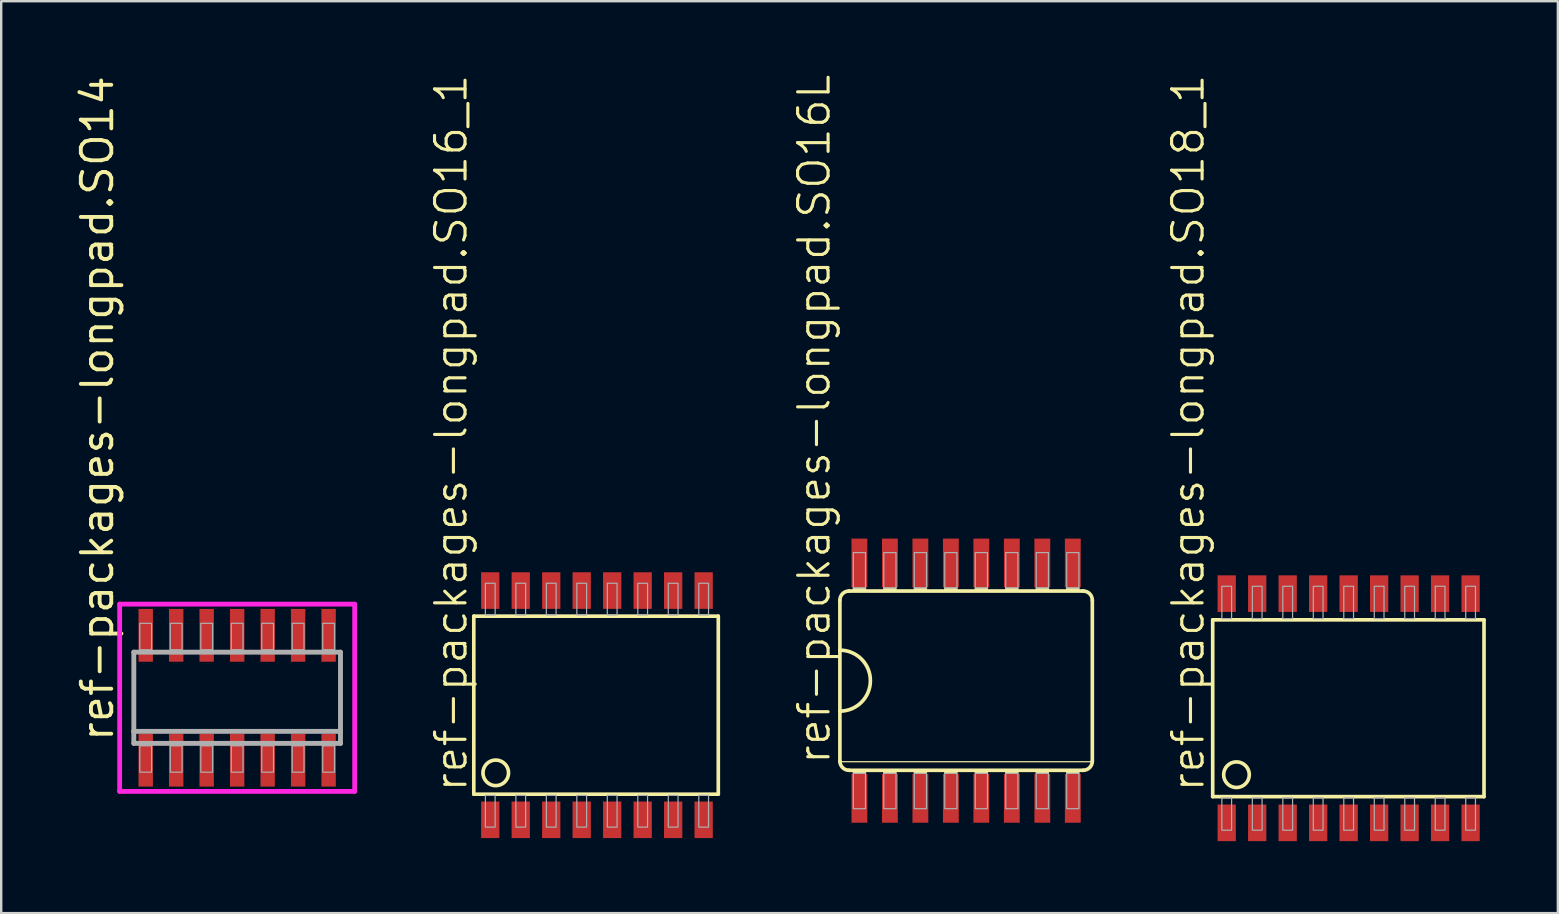
<source format=kicad_pcb>
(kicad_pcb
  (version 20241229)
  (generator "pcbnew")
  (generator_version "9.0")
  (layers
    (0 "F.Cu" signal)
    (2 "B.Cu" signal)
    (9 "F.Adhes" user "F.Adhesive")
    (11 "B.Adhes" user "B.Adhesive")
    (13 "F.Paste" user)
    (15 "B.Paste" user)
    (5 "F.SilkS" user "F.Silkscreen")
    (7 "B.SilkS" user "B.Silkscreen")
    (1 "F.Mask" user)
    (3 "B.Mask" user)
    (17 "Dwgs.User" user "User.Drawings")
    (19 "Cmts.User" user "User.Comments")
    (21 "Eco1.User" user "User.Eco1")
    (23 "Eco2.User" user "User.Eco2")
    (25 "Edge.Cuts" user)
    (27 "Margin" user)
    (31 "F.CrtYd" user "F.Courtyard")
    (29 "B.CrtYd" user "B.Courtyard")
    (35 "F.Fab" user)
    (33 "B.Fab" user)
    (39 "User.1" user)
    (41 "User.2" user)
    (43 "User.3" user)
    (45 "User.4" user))
  (footprint "ref-packages-longpad.SO16L"
    (layer "F.Cu")
    (at 37.198 25.306)
    (property "Reference" "ref-packages-longpad.SO16L" (at -5.588 3.556 90) (layer "F.SilkS") (effects (font (size 1.27 1.27) (thickness 0.13)) (justify left bottom)))
    (attr smd)
    (fp_line (start -5.258 -3.353) (end -5.258 -1.27) (stroke (width 0.152) (type default)) (layer "F.SilkS"))
    (fp_line (start -5.258 -1.27) (end -5.258 1.27) (stroke (width 0.152) (type default)) (layer "F.SilkS"))
    (fp_line (start -5.258 1.27) (end -5.258 3.353) (stroke (width 0.152) (type default)) (layer "F.SilkS"))
    (fp_line (start -5.207 3.378) (end 5.232 3.378) (stroke (width 0.051) (type default)) (layer "F.SilkS"))
    (fp_line (start -4.877 3.734) (end 4.877 3.734) (stroke (width 0.152) (type default)) (layer "F.SilkS"))
    (fp_line (start 4.877 -3.734) (end -4.877 -3.734) (stroke (width 0.152) (type default)) (layer "F.SilkS"))
    (fp_line (start 5.258 3.353) (end 5.258 -3.353) (stroke (width 0.152) (type default)) (layer "F.SilkS"))
    (fp_rect (start -4.699 -3.734) (end -4.191 -3.861) (stroke (width 0.05) (type default)) (fill yes) (layer "F.SilkS"))
    (fp_rect (start -4.699 3.861) (end -4.191 3.734) (stroke (width 0.05) (type default)) (fill yes) (layer "F.SilkS"))
    (fp_rect (start -3.429 -3.734) (end -2.921 -3.861) (stroke (width 0.05) (type default)) (fill yes) (layer "F.SilkS"))
    (fp_rect (start -3.429 3.861) (end -2.921 3.734) (stroke (width 0.05) (type default)) (fill yes) (layer "F.SilkS"))
    (fp_rect (start -2.159 -3.734) (end -1.651 -3.861) (stroke (width 0.05) (type default)) (fill yes) (layer "F.SilkS"))
    (fp_rect (start -2.159 3.861) (end -1.651 3.734) (stroke (width 0.05) (type default)) (fill yes) (layer "F.SilkS"))
    (fp_rect (start -0.889 -3.734) (end -0.381 -3.861) (stroke (width 0.05) (type default)) (fill yes) (layer "F.SilkS"))
    (fp_rect (start -0.889 3.861) (end -0.381 3.734) (stroke (width 0.05) (type default)) (fill yes) (layer "F.SilkS"))
    (fp_rect (start 0.381 -3.734) (end 0.889 -3.861) (stroke (width 0.05) (type default)) (fill yes) (layer "F.SilkS"))
    (fp_rect (start 0.381 3.861) (end 0.889 3.734) (stroke (width 0.05) (type default)) (fill yes) (layer "F.SilkS"))
    (fp_rect (start 1.651 -3.734) (end 2.159 -3.861) (stroke (width 0.05) (type default)) (fill yes) (layer "F.SilkS"))
    (fp_rect (start 1.651 3.861) (end 2.159 3.734) (stroke (width 0.05) (type default)) (fill yes) (layer "F.SilkS"))
    (fp_rect (start 2.921 -3.734) (end 3.429 -3.861) (stroke (width 0.05) (type default)) (fill yes) (layer "F.SilkS"))
    (fp_rect (start 2.921 3.861) (end 3.429 3.734) (stroke (width 0.05) (type default)) (fill yes) (layer "F.SilkS"))
    (fp_rect (start 4.191 -3.734) (end 4.699 -3.861) (stroke (width 0.05) (type default)) (fill yes) (layer "F.SilkS"))
    (fp_rect (start 4.191 3.861) (end 4.699 3.734) (stroke (width 0.05) (type default)) (fill yes) (layer "F.SilkS"))
    (fp_arc (start -5.2578 -3.3528) (mid -5.146208 -3.622208) (end -4.8768 -3.7338) (stroke (width 0.1524) (type default)) (layer "F.SilkS"))
    (fp_arc (start -5.2578 -1.27) (mid -3.9878 0) (end -5.2578 1.27) (stroke (width 0.1524) (type default)) (layer "F.SilkS"))
    (fp_arc (start -4.8768 3.7338) (mid -5.146208 3.622208) (end -5.2578 3.3528) (stroke (width 0.1524) (type default)) (layer "F.SilkS"))
    (fp_arc (start 4.8768 -3.7338) (mid 5.146208 -3.622208) (end 5.2578 -3.3528) (stroke (width 0.1524) (type default)) (layer "F.SilkS"))
    (fp_arc (start 5.2578 3.3528) (mid 5.146208 3.622208) (end 4.8768 3.7338) (stroke (width 0.1524) (type default)) (layer "F.SilkS"))
    (fp_rect (start -4.699 -3.861) (end -4.191 -5.334) (stroke (width 0.05) (type default)) (fill no) (layer "F.Fab"))
    (fp_rect (start -4.699 5.334) (end -4.191 3.861) (stroke (width 0.05) (type default)) (fill no) (layer "F.Fab"))
    (fp_rect (start -3.429 -3.861) (end -2.921 -5.334) (stroke (width 0.05) (type default)) (fill no) (layer "F.Fab"))
    (fp_rect (start -3.429 5.334) (end -2.921 3.861) (stroke (width 0.05) (type default)) (fill no) (layer "F.Fab"))
    (fp_rect (start -2.159 -3.861) (end -1.651 -5.334) (stroke (width 0.05) (type default)) (fill no) (layer "F.Fab"))
    (fp_rect (start -2.159 5.334) (end -1.651 3.861) (stroke (width 0.05) (type default)) (fill no) (layer "F.Fab"))
    (fp_rect (start -0.889 -3.861) (end -0.381 -5.334) (stroke (width 0.05) (type default)) (fill no) (layer "F.Fab"))
    (fp_rect (start -0.889 5.334) (end -0.381 3.861) (stroke (width 0.05) (type default)) (fill no) (layer "F.Fab"))
    (fp_rect (start 0.381 -3.861) (end 0.889 -5.334) (stroke (width 0.05) (type default)) (fill no) (layer "F.Fab"))
    (fp_rect (start 0.381 5.334) (end 0.889 3.861) (stroke (width 0.05) (type default)) (fill no) (layer "F.Fab"))
    (fp_rect (start 1.651 -3.861) (end 2.159 -5.334) (stroke (width 0.05) (type default)) (fill no) (layer "F.Fab"))
    (fp_rect (start 1.651 5.334) (end 2.159 3.861) (stroke (width 0.05) (type default)) (fill no) (layer "F.Fab"))
    (fp_rect (start 2.921 -3.861) (end 3.429 -5.334) (stroke (width 0.05) (type default)) (fill no) (layer "F.Fab"))
    (fp_rect (start 2.921 5.334) (end 3.429 3.861) (stroke (width 0.05) (type default)) (fill no) (layer "F.Fab"))
    (fp_rect (start 4.191 -3.861) (end 4.699 -5.334) (stroke (width 0.05) (type default)) (fill no) (layer "F.Fab"))
    (fp_rect (start 4.191 5.334) (end 4.699 3.861) (stroke (width 0.05) (type default)) (fill no) (layer "F.Fab"))
    (pad "1" smd roundrect (at -4.445 4.902) (size 0.66 2.032) (layers "F.Cu" "F.Mask" "F.Paste") (roundrect_rratio 0.01))
    (pad "2" smd roundrect (at -3.175 4.902) (size 0.66 2.032) (layers "F.Cu" "F.Mask" "F.Paste") (roundrect_rratio 0.01))
    (pad "3" smd roundrect (at -1.905 4.902) (size 0.66 2.032) (layers "F.Cu" "F.Mask" "F.Paste") (roundrect_rratio 0.01))
    (pad "4" smd roundrect (at -0.635 4.902) (size 0.66 2.032) (layers "F.Cu" "F.Mask" "F.Paste") (roundrect_rratio 0.01))
    (pad "5" smd roundrect (at 0.635 4.902) (size 0.66 2.032) (layers "F.Cu" "F.Mask" "F.Paste") (roundrect_rratio 0.01))
    (pad "6" smd roundrect (at 1.905 4.902) (size 0.66 2.032) (layers "F.Cu" "F.Mask" "F.Paste") (roundrect_rratio 0.01))
    (pad "7" smd roundrect (at 3.175 4.902) (size 0.66 2.032) (layers "F.Cu" "F.Mask" "F.Paste") (roundrect_rratio 0.01))
    (pad "8" smd roundrect (at 4.445 4.902) (size 0.66 2.032) (layers "F.Cu" "F.Mask" "F.Paste") (roundrect_rratio 0.01))
    (pad "9" smd roundrect (at 4.445 -4.902) (size 0.66 2.032) (layers "F.Cu" "F.Mask" "F.Paste") (roundrect_rratio 0.01))
    (pad "10" smd roundrect (at 3.175 -4.902) (size 0.66 2.032) (layers "F.Cu" "F.Mask" "F.Paste") (roundrect_rratio 0.01))
    (pad "11" smd roundrect (at 1.905 -4.902) (size 0.66 2.032) (layers "F.Cu" "F.Mask" "F.Paste") (roundrect_rratio 0.01))
    (pad "12" smd roundrect (at 0.635 -4.902) (size 0.66 2.032) (layers "F.Cu" "F.Mask" "F.Paste") (roundrect_rratio 0.01))
    (pad "13" smd roundrect (at -0.635 -4.902) (size 0.66 2.032) (layers "F.Cu" "F.Mask" "F.Paste") (roundrect_rratio 0.01))
    (pad "14" smd roundrect (at -1.905 -4.902) (size 0.66 2.032) (layers "F.Cu" "F.Mask" "F.Paste") (roundrect_rratio 0.01))
    (pad "15" smd roundrect (at -3.175 -4.902) (size 0.66 2.032) (layers "F.Cu" "F.Mask" "F.Paste") (roundrect_rratio 0.01))
    (pad "16" smd roundrect (at -4.445 -4.902) (size 0.66 2.032) (layers "F.Cu" "F.Mask" "F.Paste") (roundrect_rratio 0.01)))
  (footprint "ref-packages-longpad.SO14"
    (layer "F.Cu")
    (at 6.83 26.019)
    (property "Reference" "ref-packages-longpad.SO14" (at -5.08 1.905 90) (layer "F.SilkS") (effects (font (size 1.27 1.27) (thickness 0.16)) (justify left bottom)))
    (attr smd)
    (fp_line (start -4.895 -3.9) (end 4.895 -3.9) (stroke (width 0.2) (type default)) (layer "F.CrtYd"))
    (fp_line (start -4.895 3.9) (end -4.895 -3.9) (stroke (width 0.2) (type default)) (layer "F.CrtYd"))
    (fp_line (start 4.895 -3.9) (end 4.895 3.9) (stroke (width 0.2) (type default)) (layer "F.CrtYd"))
    (fp_line (start 4.895 3.9) (end -4.895 3.9) (stroke (width 0.2) (type default)) (layer "F.CrtYd"))
    (fp_line (start -4.305 -1.9) (end 4.305 -1.9) (stroke (width 0.203) (type default)) (layer "F.Fab"))
    (fp_line (start -4.305 1.4) (end -4.305 -1.9) (stroke (width 0.203) (type default)) (layer "F.Fab"))
    (fp_line (start -4.305 1.9) (end -4.305 1.4) (stroke (width 0.203) (type default)) (layer "F.Fab"))
    (fp_line (start 4.305 -1.9) (end 4.305 1.4) (stroke (width 0.203) (type default)) (layer "F.Fab"))
    (fp_line (start 4.305 1.4) (end -4.305 1.4) (stroke (width 0.203) (type default)) (layer "F.Fab"))
    (fp_line (start 4.305 1.4) (end 4.305 1.9) (stroke (width 0.203) (type default)) (layer "F.Fab"))
    (fp_line (start 4.305 1.9) (end -4.305 1.9) (stroke (width 0.203) (type default)) (layer "F.Fab"))
    (fp_rect (start -4.055 -2) (end -3.565 -3.1) (stroke (width 0.05) (type default)) (fill no) (layer "F.Fab"))
    (fp_rect (start -4.055 3.1) (end -3.565 2) (stroke (width 0.05) (type default)) (fill no) (layer "F.Fab"))
    (fp_rect (start -2.785 -2) (end -2.295 -3.1) (stroke (width 0.05) (type default)) (fill no) (layer "F.Fab"))
    (fp_rect (start -2.785 3.1) (end -2.295 2) (stroke (width 0.05) (type default)) (fill no) (layer "F.Fab"))
    (fp_rect (start -1.515 -2) (end -1.025 -3.1) (stroke (width 0.05) (type default)) (fill no) (layer "F.Fab"))
    (fp_rect (start -1.515 3.1) (end -1.025 2) (stroke (width 0.05) (type default)) (fill no) (layer "F.Fab"))
    (fp_rect (start -0.245 -2) (end 0.245 -3.1) (stroke (width 0.05) (type default)) (fill no) (layer "F.Fab"))
    (fp_rect (start -0.245 3.1) (end 0.245 2) (stroke (width 0.05) (type default)) (fill no) (layer "F.Fab"))
    (fp_rect (start 1.025 -2) (end 1.515 -3.1) (stroke (width 0.05) (type default)) (fill no) (layer "F.Fab"))
    (fp_rect (start 1.025 3.1) (end 1.515 2) (stroke (width 0.05) (type default)) (fill no) (layer "F.Fab"))
    (fp_rect (start 2.295 -2) (end 2.785 -3.1) (stroke (width 0.05) (type default)) (fill no) (layer "F.Fab"))
    (fp_rect (start 2.295 3.1) (end 2.785 2) (stroke (width 0.05) (type default)) (fill no) (layer "F.Fab"))
    (fp_rect (start 3.565 -2) (end 4.055 -3.1) (stroke (width 0.05) (type default)) (fill no) (layer "F.Fab"))
    (fp_rect (start 3.565 3.1) (end 4.055 2) (stroke (width 0.05) (type default)) (fill no) (layer "F.Fab"))
    (pad "1" smd roundrect (at -3.81 2.6) (size 0.6 2.2) (layers "F.Cu" "F.Mask" "F.Paste") (roundrect_rratio 0.01))
    (pad "2" smd roundrect (at -2.54 2.6) (size 0.6 2.2) (layers "F.Cu" "F.Mask" "F.Paste") (roundrect_rratio 0.01))
    (pad "3" smd roundrect (at -1.27 2.6) (size 0.6 2.2) (layers "F.Cu" "F.Mask" "F.Paste") (roundrect_rratio 0.01))
    (pad "4" smd roundrect (at 0 2.6) (size 0.6 2.2) (layers "F.Cu" "F.Mask" "F.Paste") (roundrect_rratio 0.01))
    (pad "5" smd roundrect (at 1.27 2.6) (size 0.6 2.2) (layers "F.Cu" "F.Mask" "F.Paste") (roundrect_rratio 0.01))
    (pad "6" smd roundrect (at 2.54 2.6) (size 0.6 2.2) (layers "F.Cu" "F.Mask" "F.Paste") (roundrect_rratio 0.01))
    (pad "7" smd roundrect (at 3.81 2.6) (size 0.6 2.2) (layers "F.Cu" "F.Mask" "F.Paste") (roundrect_rratio 0.01))
    (pad "8" smd roundrect (at 3.81 -2.6) (size 0.6 2.2) (layers "F.Cu" "F.Mask" "F.Paste") (roundrect_rratio 0.01))
    (pad "9" smd roundrect (at 2.54 -2.6) (size 0.6 2.2) (layers "F.Cu" "F.Mask" "F.Paste") (roundrect_rratio 0.01))
    (pad "10" smd roundrect (at 1.27 -2.6) (size 0.6 2.2) (layers "F.Cu" "F.Mask" "F.Paste") (roundrect_rratio 0.01))
    (pad "11" smd roundrect (at 0 -2.6) (size 0.6 2.2) (layers "F.Cu" "F.Mask" "F.Paste") (roundrect_rratio 0.01))
    (pad "12" smd roundrect (at -1.27 -2.6) (size 0.6 2.2) (layers "F.Cu" "F.Mask" "F.Paste") (roundrect_rratio 0.01))
    (pad "13" smd roundrect (at -2.54 -2.6) (size 0.6 2.2) (layers "F.Cu" "F.Mask" "F.Paste") (roundrect_rratio 0.01))
    (pad "14" smd roundrect (at -3.81 -2.6) (size 0.6 2.2) (layers "F.Cu" "F.Mask" "F.Paste") (roundrect_rratio 0.01)))
  (footprint "ref-packages-longpad.SO16_1"
    (layer "F.Cu")
    (at 21.819 26.328)
    (property "Reference" "ref-packages-longpad.SO16_1" (at -5.334 3.683 90) (layer "F.SilkS") (effects (font (size 1.27 1.27) (thickness 0.13)) (justify left bottom)))
    (attr smd)
    (fp_line (start -5.131 -3.708) (end -5.131 3.708) (stroke (width 0.152) (type default)) (layer "F.SilkS"))
    (fp_line (start -5.131 3.708) (end 5.055 3.708) (stroke (width 0.152) (type default)) (layer "F.SilkS"))
    (fp_line (start 5.055 -3.708) (end -5.131 -3.708) (stroke (width 0.152) (type default)) (layer "F.SilkS"))
    (fp_line (start 5.055 3.708) (end 5.055 -3.708) (stroke (width 0.152) (type default)) (layer "F.SilkS"))
    (fp_circle (center -4.216 2.819) (end -3.683 2.819) (stroke (width 0.152) (type default)) (fill no) (layer "F.SilkS"))
    (fp_rect (start -4.648 -3.759) (end -4.242 -5.08) (stroke (width 0.05) (type default)) (fill no) (layer "F.Fab"))
    (fp_rect (start -4.648 5.08) (end -4.242 3.759) (stroke (width 0.05) (type default)) (fill no) (layer "F.Fab"))
    (fp_rect (start -3.378 -3.759) (end -2.972 -5.08) (stroke (width 0.05) (type default)) (fill no) (layer "F.Fab"))
    (fp_rect (start -3.378 5.08) (end -2.972 3.759) (stroke (width 0.05) (type default)) (fill no) (layer "F.Fab"))
    (fp_rect (start -2.108 -3.759) (end -1.702 -5.08) (stroke (width 0.05) (type default)) (fill no) (layer "F.Fab"))
    (fp_rect (start -2.108 5.08) (end -1.702 3.759) (stroke (width 0.05) (type default)) (fill no) (layer "F.Fab"))
    (fp_rect (start -0.838 -3.759) (end -0.432 -5.08) (stroke (width 0.05) (type default)) (fill no) (layer "F.Fab"))
    (fp_rect (start -0.838 5.08) (end -0.432 3.759) (stroke (width 0.05) (type default)) (fill no) (layer "F.Fab"))
    (fp_rect (start 0.432 -3.759) (end 0.838 -5.08) (stroke (width 0.05) (type default)) (fill no) (layer "F.Fab"))
    (fp_rect (start 0.432 5.08) (end 0.838 3.759) (stroke (width 0.05) (type default)) (fill no) (layer "F.Fab"))
    (fp_rect (start 1.702 -3.759) (end 2.108 -5.08) (stroke (width 0.05) (type default)) (fill no) (layer "F.Fab"))
    (fp_rect (start 1.702 5.08) (end 2.108 3.759) (stroke (width 0.05) (type default)) (fill no) (layer "F.Fab"))
    (fp_rect (start 2.972 -3.759) (end 3.378 -5.08) (stroke (width 0.05) (type default)) (fill no) (layer "F.Fab"))
    (fp_rect (start 2.972 5.08) (end 3.378 3.759) (stroke (width 0.05) (type default)) (fill no) (layer "F.Fab"))
    (fp_rect (start 4.242 -3.759) (end 4.648 -5.08) (stroke (width 0.05) (type default)) (fill no) (layer "F.Fab"))
    (fp_rect (start 4.242 5.08) (end 4.648 3.759) (stroke (width 0.05) (type default)) (fill no) (layer "F.Fab"))
    (pad "1" smd roundrect (at -4.445 4.775) (size 0.762 1.524) (layers "F.Cu" "F.Mask" "F.Paste") (roundrect_rratio 0.01))
    (pad "2" smd roundrect (at -3.175 4.775) (size 0.762 1.524) (layers "F.Cu" "F.Mask" "F.Paste") (roundrect_rratio 0.01))
    (pad "3" smd roundrect (at -1.905 4.775) (size 0.762 1.524) (layers "F.Cu" "F.Mask" "F.Paste") (roundrect_rratio 0.01))
    (pad "4" smd roundrect (at -0.635 4.775) (size 0.762 1.524) (layers "F.Cu" "F.Mask" "F.Paste") (roundrect_rratio 0.01))
    (pad "5" smd roundrect (at 0.635 4.775) (size 0.762 1.524) (layers "F.Cu" "F.Mask" "F.Paste") (roundrect_rratio 0.01))
    (pad "6" smd roundrect (at 1.905 4.775) (size 0.762 1.524) (layers "F.Cu" "F.Mask" "F.Paste") (roundrect_rratio 0.01))
    (pad "7" smd roundrect (at 3.175 4.775) (size 0.762 1.524) (layers "F.Cu" "F.Mask" "F.Paste") (roundrect_rratio 0.01))
    (pad "8" smd roundrect (at 4.445 4.775) (size 0.762 1.524) (layers "F.Cu" "F.Mask" "F.Paste") (roundrect_rratio 0.01))
    (pad "9" smd roundrect (at 4.445 -4.775) (size 0.762 1.524) (layers "F.Cu" "F.Mask" "F.Paste") (roundrect_rratio 0.01))
    (pad "10" smd roundrect (at 3.175 -4.775) (size 0.762 1.524) (layers "F.Cu" "F.Mask" "F.Paste") (roundrect_rratio 0.01))
    (pad "11" smd roundrect (at 1.905 -4.775) (size 0.762 1.524) (layers "F.Cu" "F.Mask" "F.Paste") (roundrect_rratio 0.01))
    (pad "12" smd roundrect (at 0.635 -4.775) (size 0.762 1.524) (layers "F.Cu" "F.Mask" "F.Paste") (roundrect_rratio 0.01))
    (pad "13" smd roundrect (at -0.635 -4.775) (size 0.762 1.524) (layers "F.Cu" "F.Mask" "F.Paste") (roundrect_rratio 0.01))
    (pad "14" smd roundrect (at -1.905 -4.775) (size 0.762 1.524) (layers "F.Cu" "F.Mask" "F.Paste") (roundrect_rratio 0.01))
    (pad "15" smd roundrect (at -3.175 -4.775) (size 0.762 1.524) (layers "F.Cu" "F.Mask" "F.Paste") (roundrect_rratio 0.01))
    (pad "16" smd roundrect (at -4.445 -4.775) (size 0.762 1.524) (layers "F.Cu" "F.Mask" "F.Paste") (roundrect_rratio 0.01)))
  (footprint "ref-packages-longpad.SO18_1"
    (layer "F.Cu")
    (at 53.135 26.455)
    (property "Reference" "ref-packages-longpad.SO18_1" (at -5.944 3.556 90) (layer "F.SilkS") (effects (font (size 1.27 1.27) (thickness 0.13)) (justify left bottom)))
    (attr smd)
    (fp_line (start -5.664 -3.683) (end -5.664 3.683) (stroke (width 0.152) (type default)) (layer "F.SilkS"))
    (fp_line (start -5.664 3.683) (end 5.639 3.683) (stroke (width 0.152) (type default)) (layer "F.SilkS"))
    (fp_line (start 5.639 -3.683) (end -5.664 -3.683) (stroke (width 0.152) (type default)) (layer "F.SilkS"))
    (fp_line (start 5.639 3.683) (end 5.639 -3.683) (stroke (width 0.152) (type default)) (layer "F.SilkS"))
    (fp_circle (center -4.674 2.769) (end -4.14 2.769) (stroke (width 0.152) (type default)) (fill no) (layer "F.SilkS"))
    (fp_rect (start -5.283 -3.734) (end -4.877 -5.08) (stroke (width 0.05) (type default)) (fill no) (layer "F.Fab"))
    (fp_rect (start -5.283 5.08) (end -4.877 3.734) (stroke (width 0.05) (type default)) (fill no) (layer "F.Fab"))
    (fp_rect (start -4.013 -3.734) (end -3.607 -5.08) (stroke (width 0.05) (type default)) (fill no) (layer "F.Fab"))
    (fp_rect (start -4.013 5.08) (end -3.607 3.734) (stroke (width 0.05) (type default)) (fill no) (layer "F.Fab"))
    (fp_rect (start -2.743 -3.734) (end -2.337 -5.08) (stroke (width 0.05) (type default)) (fill no) (layer "F.Fab"))
    (fp_rect (start -2.743 5.08) (end -2.337 3.734) (stroke (width 0.05) (type default)) (fill no) (layer "F.Fab"))
    (fp_rect (start -1.473 -3.734) (end -1.067 -5.08) (stroke (width 0.05) (type default)) (fill no) (layer "F.Fab"))
    (fp_rect (start -1.473 5.08) (end -1.067 3.734) (stroke (width 0.05) (type default)) (fill no) (layer "F.Fab"))
    (fp_rect (start -0.203 -3.734) (end 0.203 -5.08) (stroke (width 0.05) (type default)) (fill no) (layer "F.Fab"))
    (fp_rect (start -0.203 5.08) (end 0.203 3.734) (stroke (width 0.05) (type default)) (fill no) (layer "F.Fab"))
    (fp_rect (start 1.067 -3.734) (end 1.473 -5.08) (stroke (width 0.05) (type default)) (fill no) (layer "F.Fab"))
    (fp_rect (start 1.067 5.08) (end 1.473 3.734) (stroke (width 0.05) (type default)) (fill no) (layer "F.Fab"))
    (fp_rect (start 2.337 -3.734) (end 2.743 -5.08) (stroke (width 0.05) (type default)) (fill no) (layer "F.Fab"))
    (fp_rect (start 2.337 5.08) (end 2.743 3.734) (stroke (width 0.05) (type default)) (fill no) (layer "F.Fab"))
    (fp_rect (start 3.607 -3.734) (end 4.013 -5.08) (stroke (width 0.05) (type default)) (fill no) (layer "F.Fab"))
    (fp_rect (start 3.607 5.08) (end 4.013 3.734) (stroke (width 0.05) (type default)) (fill no) (layer "F.Fab"))
    (fp_rect (start 4.877 -3.734) (end 5.283 -5.08) (stroke (width 0.05) (type default)) (fill no) (layer "F.Fab"))
    (fp_rect (start 4.877 5.08) (end 5.283 3.734) (stroke (width 0.05) (type default)) (fill no) (layer "F.Fab"))
    (pad "1" smd roundrect (at -5.08 4.775) (size 0.762 1.524) (layers "F.Cu" "F.Mask" "F.Paste") (roundrect_rratio 0.01))
    (pad "2" smd roundrect (at -3.81 4.775) (size 0.762 1.524) (layers "F.Cu" "F.Mask" "F.Paste") (roundrect_rratio 0.01))
    (pad "3" smd roundrect (at -2.54 4.775) (size 0.762 1.524) (layers "F.Cu" "F.Mask" "F.Paste") (roundrect_rratio 0.01))
    (pad "4" smd roundrect (at -1.27 4.775) (size 0.762 1.524) (layers "F.Cu" "F.Mask" "F.Paste") (roundrect_rratio 0.01))
    (pad "5" smd roundrect (at 0 4.775) (size 0.762 1.524) (layers "F.Cu" "F.Mask" "F.Paste") (roundrect_rratio 0.01))
    (pad "6" smd roundrect (at 1.27 4.775) (size 0.762 1.524) (layers "F.Cu" "F.Mask" "F.Paste") (roundrect_rratio 0.01))
    (pad "7" smd roundrect (at 2.54 4.775) (size 0.762 1.524) (layers "F.Cu" "F.Mask" "F.Paste") (roundrect_rratio 0.01))
    (pad "8" smd roundrect (at 3.81 4.775) (size 0.762 1.524) (layers "F.Cu" "F.Mask" "F.Paste") (roundrect_rratio 0.01))
    (pad "9" smd roundrect (at 5.08 4.775) (size 0.762 1.524) (layers "F.Cu" "F.Mask" "F.Paste") (roundrect_rratio 0.01))
    (pad "10" smd roundrect (at 5.08 -4.775) (size 0.762 1.524) (layers "F.Cu" "F.Mask" "F.Paste") (roundrect_rratio 0.01))
    (pad "11" smd roundrect (at 3.81 -4.775) (size 0.762 1.524) (layers "F.Cu" "F.Mask" "F.Paste") (roundrect_rratio 0.01))
    (pad "12" smd roundrect (at 2.54 -4.775) (size 0.762 1.524) (layers "F.Cu" "F.Mask" "F.Paste") (roundrect_rratio 0.01))
    (pad "13" smd roundrect (at 1.27 -4.775) (size 0.762 1.524) (layers "F.Cu" "F.Mask" "F.Paste") (roundrect_rratio 0.01))
    (pad "14" smd roundrect (at 0 -4.775) (size 0.762 1.524) (layers "F.Cu" "F.Mask" "F.Paste") (roundrect_rratio 0.01))
    (pad "15" smd roundrect (at -1.27 -4.775) (size 0.762 1.524) (layers "F.Cu" "F.Mask" "F.Paste") (roundrect_rratio 0.01))
    (pad "16" smd roundrect (at -2.54 -4.775) (size 0.762 1.524) (layers "F.Cu" "F.Mask" "F.Paste") (roundrect_rratio 0.01))
    (pad "17" smd roundrect (at -3.81 -4.775) (size 0.762 1.524) (layers "F.Cu" "F.Mask" "F.Paste") (roundrect_rratio 0.01))
    (pad "18" smd roundrect (at -5.08 -4.775) (size 0.762 1.524) (layers "F.Cu" "F.Mask" "F.Paste") (roundrect_rratio 0.01)))
  (gr_rect
    (start -3 -3)
    (end 61.85 34.992)
    (stroke (width 0.1) (type default))
    (fill no)
    (layer "Edge.Cuts")))
</source>
